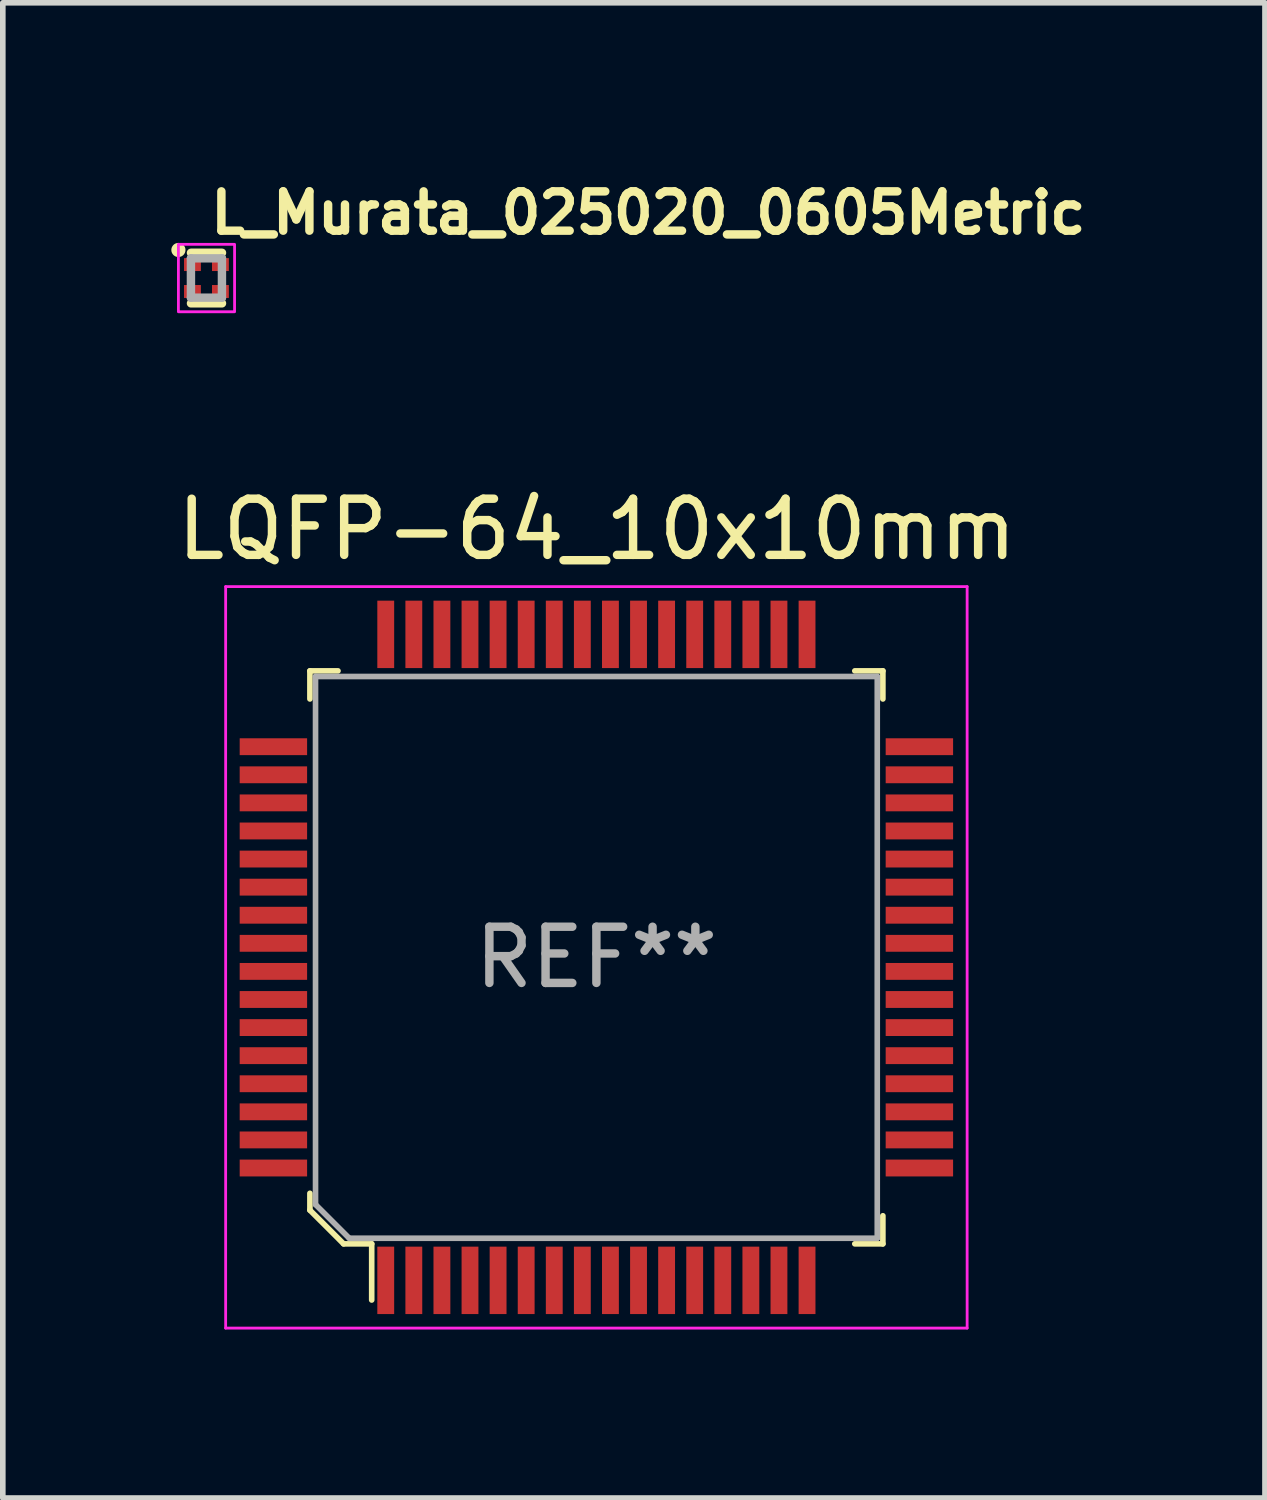
<source format=kicad_pcb>
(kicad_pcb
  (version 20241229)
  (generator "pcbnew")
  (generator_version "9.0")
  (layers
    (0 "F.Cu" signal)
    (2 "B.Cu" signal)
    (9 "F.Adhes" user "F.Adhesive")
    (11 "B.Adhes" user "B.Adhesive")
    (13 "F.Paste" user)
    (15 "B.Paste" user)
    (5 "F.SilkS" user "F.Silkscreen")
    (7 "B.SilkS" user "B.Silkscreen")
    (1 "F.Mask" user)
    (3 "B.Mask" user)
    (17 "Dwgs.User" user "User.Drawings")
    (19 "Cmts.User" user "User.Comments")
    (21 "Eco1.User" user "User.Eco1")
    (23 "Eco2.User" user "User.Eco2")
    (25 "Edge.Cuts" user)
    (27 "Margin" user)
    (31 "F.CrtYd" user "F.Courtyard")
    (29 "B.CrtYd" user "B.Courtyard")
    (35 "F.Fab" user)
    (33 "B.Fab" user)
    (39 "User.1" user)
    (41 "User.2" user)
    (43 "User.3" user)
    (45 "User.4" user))
  (footprint "L_Murata_025020_0605Metric"
    (layer "F.Cu")
    (at 0.626 1.9)
    (property "Reference" "L_Murata_025020_0605Metric" (at 0 -0.75 0) (layer "F.SilkS") (effects (font (size 0.7 0.7) (thickness 0.15)) (justify left bottom)))
    (attr smd)
    (fp_line (start -0.276 0.45) (end 0.276 0.45) (stroke (width 0.15) (type solid)) (layer "F.SilkS"))
    (fp_line (start 0.276 -0.45) (end -0.276 -0.45) (stroke (width 0.15) (type solid)) (layer "F.SilkS"))
    (fp_circle (center -0.5 -0.5) (end -0.449 -0.5) (stroke (width 0.15) (type solid)) (fill yes) (layer "F.SilkS"))
    (fp_rect (start -0.5 -0.6) (end 0.5 0.6) (stroke (width 0.05) (type solid)) (fill no) (layer "F.CrtYd"))
    (fp_line (start -0.277 -0.351) (end -0.277 0.349) (stroke (width 0.15) (type solid)) (layer "F.Fab"))
    (fp_line (start -0.277 0.349) (end 0.275 0.349) (stroke (width 0.15) (type solid)) (layer "F.Fab"))
    (fp_line (start 0.275 -0.351) (end -0.277 -0.351) (stroke (width 0.15) (type solid)) (layer "F.Fab"))
    (fp_line (start 0.275 0.349) (end 0.275 -0.351) (stroke (width 0.15) (type solid)) (layer "F.Fab"))
    (fp_rect (start -0.25 -0.327) (end 0.248 0.325) (stroke (width 0.1) (type solid)) (fill no) (layer "User.5"))
    (fp_line (start -0.25 -0.327) (end -0.25 0.325) (stroke (width 0.02) (type solid)) (layer "User.9"))
    (fp_line (start -0.25 -0.327) (end 0.248 -0.327) (stroke (width 0.02) (type solid)) (layer "User.9"))
    (fp_line (start -0.25 -0.325) (end -0.25 -0.276) (stroke (width 0.02) (type solid)) (layer "User.9"))
    (fp_line (start -0.25 0.323) (end -0.25 0.274) (stroke (width 0.02) (type solid)) (layer "User.9"))
    (fp_line (start -0.25 0.325) (end 0.248 0.325) (stroke (width 0.02) (type solid)) (layer "User.9"))
    (fp_line (start -0.249 -0.327) (end -0.201 -0.327) (stroke (width 0.02) (type solid)) (layer "User.9"))
    (fp_line (start -0.249 0.325) (end -0.201 0.325) (stroke (width 0.02) (type solid)) (layer "User.9"))
    (fp_line (start 0.247 -0.327) (end 0.199 -0.327) (stroke (width 0.02) (type solid)) (layer "User.9"))
    (fp_line (start 0.247 0.325) (end 0.199 0.325) (stroke (width 0.02) (type solid)) (layer "User.9"))
    (fp_line (start 0.248 -0.325) (end 0.248 -0.276) (stroke (width 0.02) (type solid)) (layer "User.9"))
    (fp_line (start 0.248 0.323) (end 0.248 0.274) (stroke (width 0.02) (type solid)) (layer "User.9"))
    (fp_line (start 0.248 0.325) (end 0.248 -0.327) (stroke (width 0.02) (type solid)) (layer "User.9"))
    (pad "1" smd rect (at -0.25 -0.24) (size 0.3 0.23) (layers "F.Cu" "F.Mask" "F.Paste"))
    (pad "2" smd rect (at 0.248 -0.24) (size 0.3 0.23) (layers "F.Cu" "F.Mask" "F.Paste"))
    (pad "3" smd rect (at 0.248 0.239) (size 0.3 0.23) (layers "F.Cu" "F.Mask" "F.Paste"))
    (pad "4" smd rect (at -0.25 0.239) (size 0.3 0.23) (layers "F.Cu" "F.Mask" "F.Paste")))
  (footprint "LQFP-64_10x10mm"
    (layer "F.Cu")
    (at 7.567 13.993)
    (property "Reference" "LQFP-64_10x10mm" (at 0.01 -7.62 0) (layer "F.SilkS") (effects (font (size 1 1) (thickness 0.15))))
    (attr smd)
    (fp_line (start -5.1 -5.1) (end -5.1 -4.6) (stroke (width 0.1) (type solid)) (layer "F.SilkS"))
    (fp_line (start -5.1 -5.1) (end -4.6 -5.1) (stroke (width 0.1) (type solid)) (layer "F.SilkS"))
    (fp_line (start -5.1 4.2) (end -5.1 4.5) (stroke (width 0.1) (type solid)) (layer "F.SilkS"))
    (fp_line (start -5.1 4.5) (end -4.5 5.1) (stroke (width 0.1) (type solid)) (layer "F.SilkS"))
    (fp_line (start -4.5 5.1) (end -4 5.1) (stroke (width 0.1) (type solid)) (layer "F.SilkS"))
    (fp_line (start -4 5.1) (end -4 6.1) (stroke (width 0.1) (type solid)) (layer "F.SilkS"))
    (fp_line (start 5.1 -5.1) (end 4.6 -5.1) (stroke (width 0.1) (type solid)) (layer "F.SilkS"))
    (fp_line (start 5.1 -5.1) (end 5.1 -4.6) (stroke (width 0.1) (type solid)) (layer "F.SilkS"))
    (fp_line (start 5.1 5.1) (end 4.6 5.1) (stroke (width 0.1) (type solid)) (layer "F.SilkS"))
    (fp_line (start 5.1 5.1) (end 5.1 4.6) (stroke (width 0.1) (type solid)) (layer "F.SilkS"))
    (fp_line (start -6.6 -6.6) (end -6.6 6.6) (stroke (width 0.05) (type solid)) (layer "F.CrtYd"))
    (fp_line (start -6.6 -6.6) (end 6.6 -6.6) (stroke (width 0.05) (type solid)) (layer "F.CrtYd"))
    (fp_line (start -6.6 6.6) (end 6.6 6.6) (stroke (width 0.05) (type solid)) (layer "F.CrtYd"))
    (fp_line (start 6.6 6.6) (end 6.6 -6.6) (stroke (width 0.05) (type solid)) (layer "F.CrtYd"))
    (fp_line (start -5 -5) (end 5 -5) (stroke (width 0.1) (type solid)) (layer "F.Fab"))
    (fp_line (start -5 4.4) (end -5 -5) (stroke (width 0.1) (type solid)) (layer "F.Fab"))
    (fp_line (start -5 4.4) (end -4.4 5) (stroke (width 0.1) (type solid)) (layer "F.Fab"))
    (fp_line (start -4.4 5) (end 5 5) (stroke (width 0.1) (type solid)) (layer "F.Fab"))
    (fp_line (start 5 5) (end 5 -5) (stroke (width 0.1) (type solid)) (layer "F.Fab"))
    (fp_text user "REF**" (at 0 0 0) (layer "F.Fab") (effects (font (size 1 1) (thickness 0.15))))
    (pad "1" smd rect (at -3.75 5.75) (size 0.3 1.2) (layers "F.Cu" "F.Mask" "F.Paste"))
    (pad "2" smd rect (at -3.25 5.75) (size 0.3 1.2) (layers "F.Cu" "F.Mask" "F.Paste"))
    (pad "3" smd rect (at -2.75 5.75) (size 0.3 1.2) (layers "F.Cu" "F.Mask" "F.Paste"))
    (pad "4" smd rect (at -2.25 5.75) (size 0.3 1.2) (layers "F.Cu" "F.Mask" "F.Paste"))
    (pad "5" smd rect (at -1.75 5.75) (size 0.3 1.2) (layers "F.Cu" "F.Mask" "F.Paste"))
    (pad "6" smd rect (at -1.25 5.75) (size 0.3 1.2) (layers "F.Cu" "F.Mask" "F.Paste"))
    (pad "7" smd rect (at -0.75 5.75) (size 0.3 1.2) (layers "F.Cu" "F.Mask" "F.Paste"))
    (pad "8" smd rect (at -0.25 5.75) (size 0.3 1.2) (layers "F.Cu" "F.Mask" "F.Paste"))
    (pad "9" smd rect (at 0.25 5.75) (size 0.3 1.2) (layers "F.Cu" "F.Mask" "F.Paste"))
    (pad "10" smd rect (at 0.75 5.75) (size 0.3 1.2) (layers "F.Cu" "F.Mask" "F.Paste"))
    (pad "11" smd rect (at 1.25 5.75) (size 0.3 1.2) (layers "F.Cu" "F.Mask" "F.Paste"))
    (pad "12" smd rect (at 1.75 5.75) (size 0.3 1.2) (layers "F.Cu" "F.Mask" "F.Paste"))
    (pad "13" smd rect (at 2.25 5.75) (size 0.3 1.2) (layers "F.Cu" "F.Mask" "F.Paste"))
    (pad "14" smd rect (at 2.75 5.75) (size 0.3 1.2) (layers "F.Cu" "F.Mask" "F.Paste"))
    (pad "15" smd rect (at 3.25 5.75) (size 0.3 1.2) (layers "F.Cu" "F.Mask" "F.Paste"))
    (pad "16" smd rect (at 3.75 5.75) (size 0.3 1.2) (layers "F.Cu" "F.Mask" "F.Paste"))
    (pad "17" smd rect (at 5.75 3.75) (size 1.2 0.3) (layers "F.Cu" "F.Mask" "F.Paste"))
    (pad "18" smd rect (at 5.75 3.25) (size 1.2 0.3) (layers "F.Cu" "F.Mask" "F.Paste"))
    (pad "19" smd rect (at 5.75 2.75) (size 1.2 0.3) (layers "F.Cu" "F.Mask" "F.Paste"))
    (pad "20" smd rect (at 5.75 2.25) (size 1.2 0.3) (layers "F.Cu" "F.Mask" "F.Paste"))
    (pad "21" smd rect (at 5.75 1.75) (size 1.2 0.3) (layers "F.Cu" "F.Mask" "F.Paste"))
    (pad "22" smd rect (at 5.75 1.25) (size 1.2 0.3) (layers "F.Cu" "F.Mask" "F.Paste"))
    (pad "23" smd rect (at 5.75 0.75) (size 1.2 0.3) (layers "F.Cu" "F.Mask" "F.Paste"))
    (pad "24" smd rect (at 5.75 0.25) (size 1.2 0.3) (layers "F.Cu" "F.Mask" "F.Paste"))
    (pad "25" smd rect (at 5.75 -0.25) (size 1.2 0.3) (layers "F.Cu" "F.Mask" "F.Paste"))
    (pad "26" smd rect (at 5.75 -0.75) (size 1.2 0.3) (layers "F.Cu" "F.Mask" "F.Paste"))
    (pad "27" smd rect (at 5.75 -1.25) (size 1.2 0.3) (layers "F.Cu" "F.Mask" "F.Paste"))
    (pad "28" smd rect (at 5.75 -1.75) (size 1.2 0.3) (layers "F.Cu" "F.Mask" "F.Paste"))
    (pad "29" smd rect (at 5.75 -2.25) (size 1.2 0.3) (layers "F.Cu" "F.Mask" "F.Paste"))
    (pad "30" smd rect (at 5.75 -2.75) (size 1.2 0.3) (layers "F.Cu" "F.Mask" "F.Paste"))
    (pad "31" smd rect (at 5.75 -3.25) (size 1.2 0.3) (layers "F.Cu" "F.Mask" "F.Paste"))
    (pad "32" smd rect (at 5.75 -3.75) (size 1.2 0.3) (layers "F.Cu" "F.Mask" "F.Paste"))
    (pad "33" smd rect (at 3.75 -5.75) (size 0.3 1.2) (layers "F.Cu" "F.Mask" "F.Paste"))
    (pad "34" smd rect (at 3.25 -5.75) (size 0.3 1.2) (layers "F.Cu" "F.Mask" "F.Paste"))
    (pad "35" smd rect (at 2.75 -5.75) (size 0.3 1.2) (layers "F.Cu" "F.Mask" "F.Paste"))
    (pad "36" smd rect (at 2.25 -5.75) (size 0.3 1.2) (layers "F.Cu" "F.Mask" "F.Paste"))
    (pad "37" smd rect (at 1.75 -5.75) (size 0.3 1.2) (layers "F.Cu" "F.Mask" "F.Paste"))
    (pad "38" smd rect (at 1.25 -5.75) (size 0.3 1.2) (layers "F.Cu" "F.Mask" "F.Paste"))
    (pad "39" smd rect (at 0.75 -5.75) (size 0.3 1.2) (layers "F.Cu" "F.Mask" "F.Paste"))
    (pad "40" smd rect (at 0.25 -5.75) (size 0.3 1.2) (layers "F.Cu" "F.Mask" "F.Paste"))
    (pad "41" smd rect (at -0.25 -5.75) (size 0.3 1.2) (layers "F.Cu" "F.Mask" "F.Paste"))
    (pad "42" smd rect (at -0.75 -5.75) (size 0.3 1.2) (layers "F.Cu" "F.Mask" "F.Paste"))
    (pad "43" smd rect (at -1.25 -5.75) (size 0.3 1.2) (layers "F.Cu" "F.Mask" "F.Paste"))
    (pad "44" smd rect (at -1.75 -5.75) (size 0.3 1.2) (layers "F.Cu" "F.Mask" "F.Paste"))
    (pad "45" smd rect (at -2.25 -5.75) (size 0.3 1.2) (layers "F.Cu" "F.Mask" "F.Paste"))
    (pad "46" smd rect (at -2.75 -5.75) (size 0.3 1.2) (layers "F.Cu" "F.Mask" "F.Paste"))
    (pad "47" smd rect (at -3.25 -5.75) (size 0.3 1.2) (layers "F.Cu" "F.Mask" "F.Paste"))
    (pad "48" smd rect (at -3.75 -5.75) (size 0.3 1.2) (layers "F.Cu" "F.Mask" "F.Paste"))
    (pad "49" smd rect (at -5.75 -3.75) (size 1.2 0.3) (layers "F.Cu" "F.Mask" "F.Paste"))
    (pad "50" smd rect (at -5.75 -3.25) (size 1.2 0.3) (layers "F.Cu" "F.Mask" "F.Paste"))
    (pad "51" smd rect (at -5.75 -2.75) (size 1.2 0.3) (layers "F.Cu" "F.Mask" "F.Paste"))
    (pad "52" smd rect (at -5.75 -2.25) (size 1.2 0.3) (layers "F.Cu" "F.Mask" "F.Paste"))
    (pad "53" smd rect (at -5.75 -1.75) (size 1.2 0.3) (layers "F.Cu" "F.Mask" "F.Paste"))
    (pad "54" smd rect (at -5.75 -1.25) (size 1.2 0.3) (layers "F.Cu" "F.Mask" "F.Paste"))
    (pad "55" smd rect (at -5.75 -0.75) (size 1.2 0.3) (layers "F.Cu" "F.Mask" "F.Paste"))
    (pad "56" smd rect (at -5.75 -0.25) (size 1.2 0.3) (layers "F.Cu" "F.Mask" "F.Paste"))
    (pad "57" smd rect (at -5.75 0.25) (size 1.2 0.3) (layers "F.Cu" "F.Mask" "F.Paste"))
    (pad "58" smd rect (at -5.75 0.75) (size 1.2 0.3) (layers "F.Cu" "F.Mask" "F.Paste"))
    (pad "59" smd rect (at -5.75 1.25) (size 1.2 0.3) (layers "F.Cu" "F.Mask" "F.Paste"))
    (pad "60" smd rect (at -5.75 1.75) (size 1.2 0.3) (layers "F.Cu" "F.Mask" "F.Paste"))
    (pad "61" smd rect (at -5.75 2.25) (size 1.2 0.3) (layers "F.Cu" "F.Mask" "F.Paste"))
    (pad "62" smd rect (at -5.75 2.75) (size 1.2 0.3) (layers "F.Cu" "F.Mask" "F.Paste"))
    (pad "63" smd rect (at -5.75 3.25) (size 1.2 0.3) (layers "F.Cu" "F.Mask" "F.Paste"))
    (pad "64" smd rect (at -5.75 3.75) (size 1.2 0.3) (layers "F.Cu" "F.Mask" "F.Paste")))
  (gr_rect
    (start -3 -3)
    (end 19.469 23.618)
    (stroke (width 0.1) (type default))
    (fill no)
    (layer "Edge.Cuts")))
</source>
